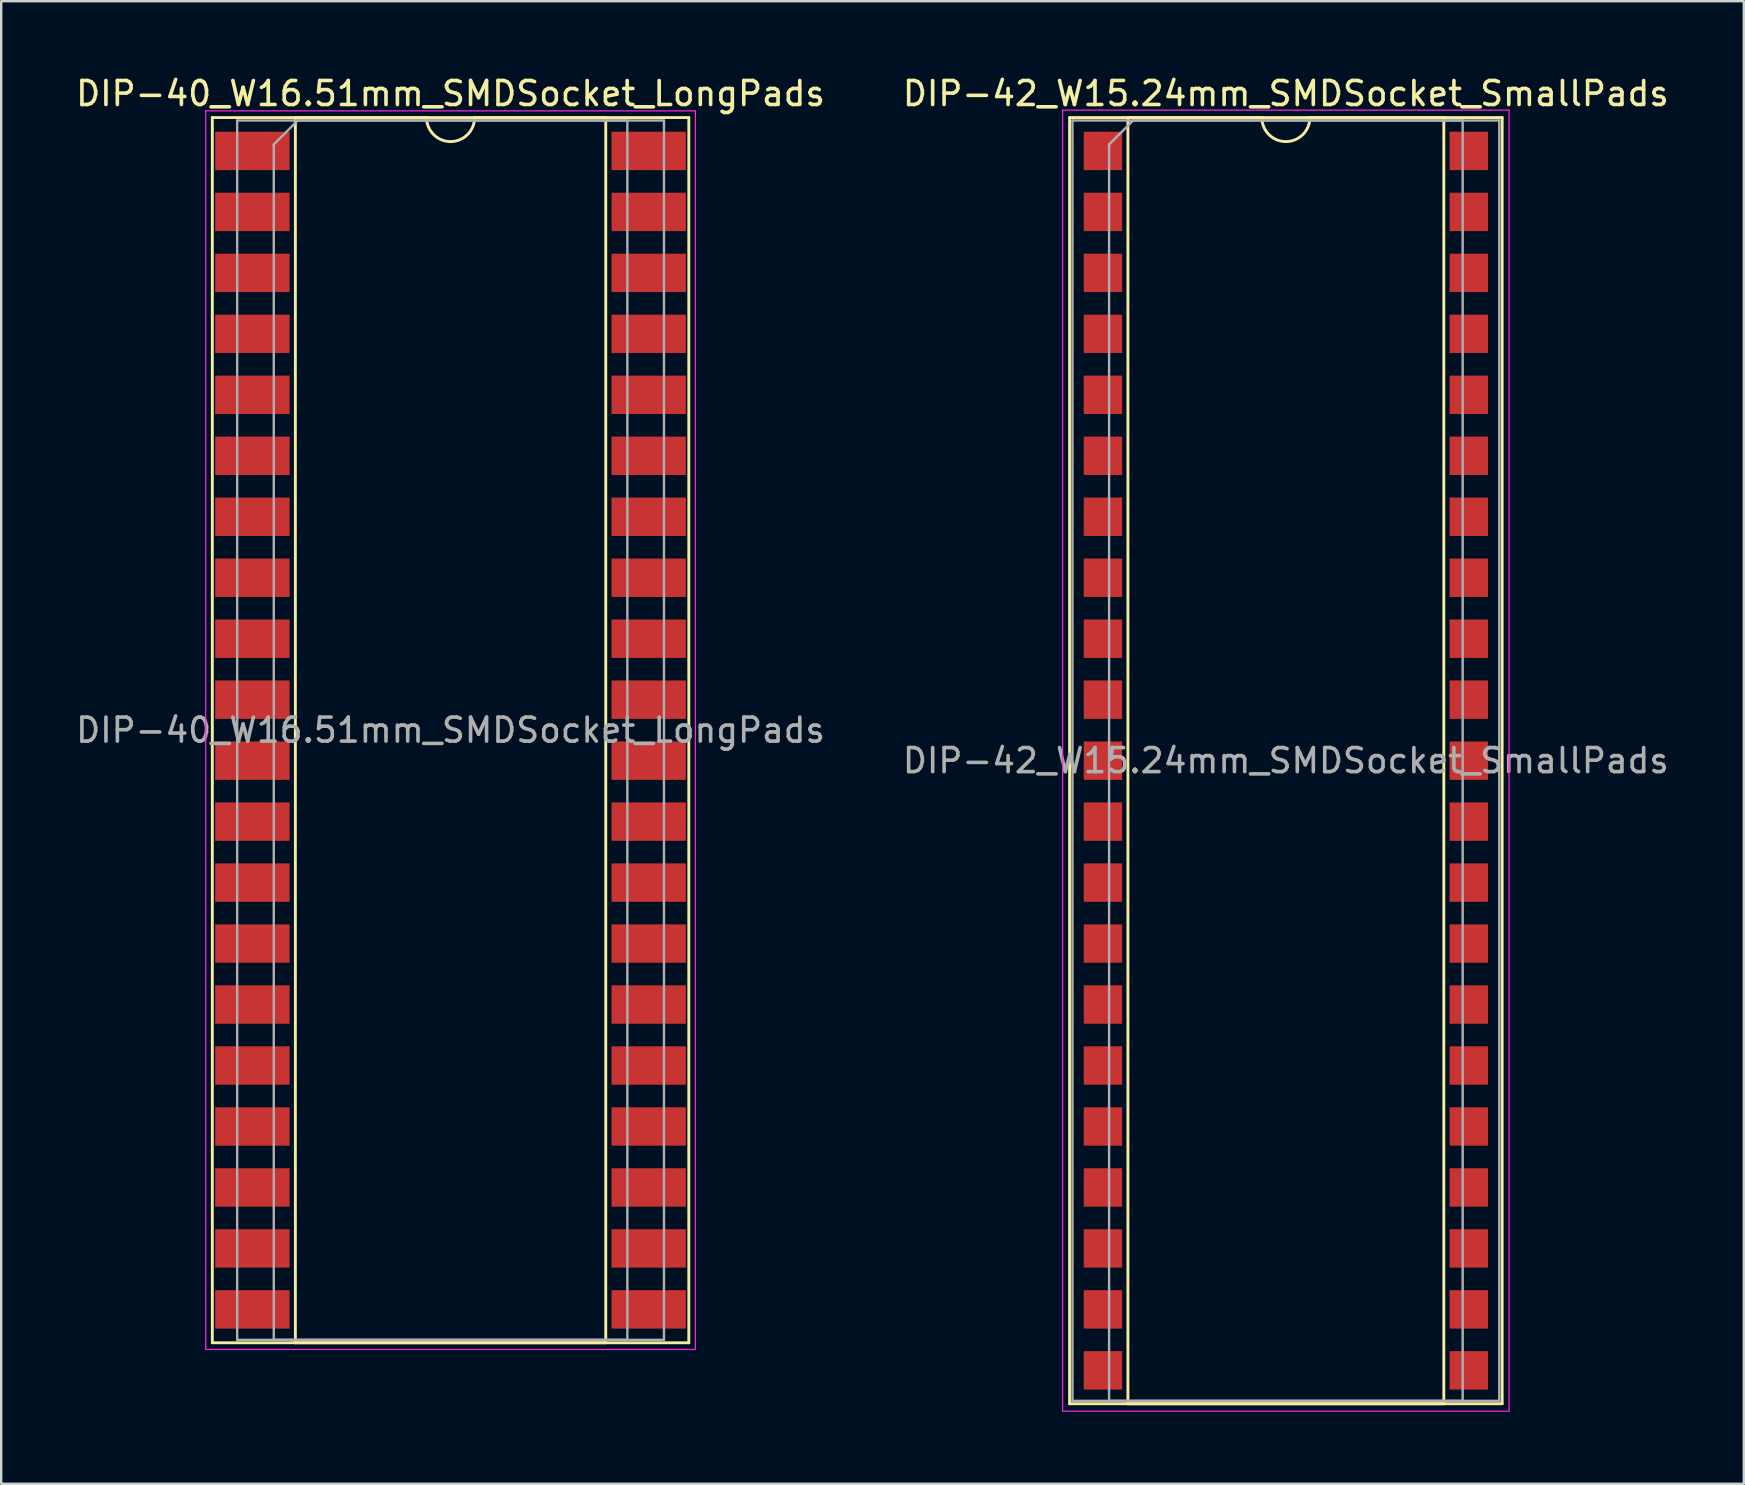
<source format=kicad_pcb>
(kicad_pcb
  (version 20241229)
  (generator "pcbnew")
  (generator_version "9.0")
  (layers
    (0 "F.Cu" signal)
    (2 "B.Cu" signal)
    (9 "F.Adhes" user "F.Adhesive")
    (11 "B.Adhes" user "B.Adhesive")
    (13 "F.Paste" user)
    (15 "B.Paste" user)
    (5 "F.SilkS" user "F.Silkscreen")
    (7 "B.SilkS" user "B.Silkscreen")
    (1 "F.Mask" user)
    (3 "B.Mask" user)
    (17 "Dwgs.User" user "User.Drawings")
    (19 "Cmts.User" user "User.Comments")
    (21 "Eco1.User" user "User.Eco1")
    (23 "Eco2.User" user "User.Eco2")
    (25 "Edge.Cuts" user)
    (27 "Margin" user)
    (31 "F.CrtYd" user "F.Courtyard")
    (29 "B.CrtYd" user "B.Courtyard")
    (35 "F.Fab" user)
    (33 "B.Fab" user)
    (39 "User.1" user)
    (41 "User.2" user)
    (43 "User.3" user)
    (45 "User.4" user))
  (footprint "DIP-42_W15.24mm_SMDSocket_SmallPads"
    (layer "F.Cu")
    (at 50.518 28.638)
    (property "Reference" "DIP-42_W15.24mm_SMDSocket_SmallPads" (at 0 -27.79 0) (layer "F.SilkS") (effects (font (size 1 1) (thickness 0.15))))
    (attr smd)
    (fp_line (start -9.01 -26.79) (end -9.01 26.79) (stroke (width 0.12) (type solid)) (layer "F.SilkS"))
    (fp_line (start -9.01 26.79) (end 9.01 26.79) (stroke (width 0.12) (type solid)) (layer "F.SilkS"))
    (fp_line (start -6.58 -26.79) (end -6.58 26.79) (stroke (width 0.12) (type solid)) (layer "F.SilkS"))
    (fp_line (start -6.58 26.79) (end 6.58 26.79) (stroke (width 0.12) (type solid)) (layer "F.SilkS"))
    (fp_line (start -1 -26.79) (end -6.58 -26.79) (stroke (width 0.12) (type solid)) (layer "F.SilkS"))
    (fp_line (start 6.58 -26.79) (end 1 -26.79) (stroke (width 0.12) (type solid)) (layer "F.SilkS"))
    (fp_line (start 6.58 26.79) (end 6.58 -26.79) (stroke (width 0.12) (type solid)) (layer "F.SilkS"))
    (fp_line (start 9.01 -26.79) (end -9.01 -26.79) (stroke (width 0.12) (type solid)) (layer "F.SilkS"))
    (fp_line (start 9.01 26.79) (end 9.01 -26.79) (stroke (width 0.12) (type solid)) (layer "F.SilkS"))
    (fp_arc (start 1 -26.79) (mid 0 -25.79) (end -1 -26.79) (stroke (width 0.12) (type solid)) (layer "F.SilkS"))
    (fp_line (start -9.3 -27.1) (end -9.3 27.1) (stroke (width 0.05) (type solid)) (layer "F.CrtYd"))
    (fp_line (start -9.3 27.1) (end 9.3 27.1) (stroke (width 0.05) (type solid)) (layer "F.CrtYd"))
    (fp_line (start 9.3 -27.1) (end -9.3 -27.1) (stroke (width 0.05) (type solid)) (layer "F.CrtYd"))
    (fp_line (start 9.3 27.1) (end 9.3 -27.1) (stroke (width 0.05) (type solid)) (layer "F.CrtYd"))
    (fp_line (start -8.89 -26.67) (end -8.89 26.67) (stroke (width 0.1) (type solid)) (layer "F.Fab"))
    (fp_line (start -8.89 26.67) (end 8.89 26.67) (stroke (width 0.1) (type solid)) (layer "F.Fab"))
    (fp_line (start -7.365 -25.67) (end -6.365 -26.67) (stroke (width 0.1) (type solid)) (layer "F.Fab"))
    (fp_line (start -7.365 26.67) (end -7.365 -25.67) (stroke (width 0.1) (type solid)) (layer "F.Fab"))
    (fp_line (start -6.365 -26.67) (end 7.365 -26.67) (stroke (width 0.1) (type solid)) (layer "F.Fab"))
    (fp_line (start 7.365 -26.67) (end 7.365 26.67) (stroke (width 0.1) (type solid)) (layer "F.Fab"))
    (fp_line (start 7.365 26.67) (end -7.365 26.67) (stroke (width 0.1) (type solid)) (layer "F.Fab"))
    (fp_line (start 8.89 -26.67) (end -8.89 -26.67) (stroke (width 0.1) (type solid)) (layer "F.Fab"))
    (fp_line (start 8.89 26.67) (end 8.89 -26.67) (stroke (width 0.1) (type solid)) (layer "F.Fab"))
    (fp_text user "${REFERENCE}" (at 0 0 0) (layer "F.Fab") (effects (font (size 1 1) (thickness 0.15))))
    (pad "1" smd rect (at -7.62 -25.4) (size 1.6 1.6) (layers "F.Cu" "F.Mask" "F.Paste"))
    (pad "2" smd rect (at -7.62 -22.86) (size 1.6 1.6) (layers "F.Cu" "F.Mask" "F.Paste"))
    (pad "3" smd rect (at -7.62 -20.32) (size 1.6 1.6) (layers "F.Cu" "F.Mask" "F.Paste"))
    (pad "4" smd rect (at -7.62 -17.78) (size 1.6 1.6) (layers "F.Cu" "F.Mask" "F.Paste"))
    (pad "5" smd rect (at -7.62 -15.24) (size 1.6 1.6) (layers "F.Cu" "F.Mask" "F.Paste"))
    (pad "6" smd rect (at -7.62 -12.7) (size 1.6 1.6) (layers "F.Cu" "F.Mask" "F.Paste"))
    (pad "7" smd rect (at -7.62 -10.16) (size 1.6 1.6) (layers "F.Cu" "F.Mask" "F.Paste"))
    (pad "8" smd rect (at -7.62 -7.62) (size 1.6 1.6) (layers "F.Cu" "F.Mask" "F.Paste"))
    (pad "9" smd rect (at -7.62 -5.08) (size 1.6 1.6) (layers "F.Cu" "F.Mask" "F.Paste"))
    (pad "10" smd rect (at -7.62 -2.54) (size 1.6 1.6) (layers "F.Cu" "F.Mask" "F.Paste"))
    (pad "11" smd rect (at -7.62 0) (size 1.6 1.6) (layers "F.Cu" "F.Mask" "F.Paste"))
    (pad "12" smd rect (at -7.62 2.54) (size 1.6 1.6) (layers "F.Cu" "F.Mask" "F.Paste"))
    (pad "13" smd rect (at -7.62 5.08) (size 1.6 1.6) (layers "F.Cu" "F.Mask" "F.Paste"))
    (pad "14" smd rect (at -7.62 7.62) (size 1.6 1.6) (layers "F.Cu" "F.Mask" "F.Paste"))
    (pad "15" smd rect (at -7.62 10.16) (size 1.6 1.6) (layers "F.Cu" "F.Mask" "F.Paste"))
    (pad "16" smd rect (at -7.62 12.7) (size 1.6 1.6) (layers "F.Cu" "F.Mask" "F.Paste"))
    (pad "17" smd rect (at -7.62 15.24) (size 1.6 1.6) (layers "F.Cu" "F.Mask" "F.Paste"))
    (pad "18" smd rect (at -7.62 17.78) (size 1.6 1.6) (layers "F.Cu" "F.Mask" "F.Paste"))
    (pad "19" smd rect (at -7.62 20.32) (size 1.6 1.6) (layers "F.Cu" "F.Mask" "F.Paste"))
    (pad "20" smd rect (at -7.62 22.86) (size 1.6 1.6) (layers "F.Cu" "F.Mask" "F.Paste"))
    (pad "21" smd rect (at -7.62 25.4) (size 1.6 1.6) (layers "F.Cu" "F.Mask" "F.Paste"))
    (pad "22" smd rect (at 7.62 25.4) (size 1.6 1.6) (layers "F.Cu" "F.Mask" "F.Paste"))
    (pad "23" smd rect (at 7.62 22.86) (size 1.6 1.6) (layers "F.Cu" "F.Mask" "F.Paste"))
    (pad "24" smd rect (at 7.62 20.32) (size 1.6 1.6) (layers "F.Cu" "F.Mask" "F.Paste"))
    (pad "25" smd rect (at 7.62 17.78) (size 1.6 1.6) (layers "F.Cu" "F.Mask" "F.Paste"))
    (pad "26" smd rect (at 7.62 15.24) (size 1.6 1.6) (layers "F.Cu" "F.Mask" "F.Paste"))
    (pad "27" smd rect (at 7.62 12.7) (size 1.6 1.6) (layers "F.Cu" "F.Mask" "F.Paste"))
    (pad "28" smd rect (at 7.62 10.16) (size 1.6 1.6) (layers "F.Cu" "F.Mask" "F.Paste"))
    (pad "29" smd rect (at 7.62 7.62) (size 1.6 1.6) (layers "F.Cu" "F.Mask" "F.Paste"))
    (pad "30" smd rect (at 7.62 5.08) (size 1.6 1.6) (layers "F.Cu" "F.Mask" "F.Paste"))
    (pad "31" smd rect (at 7.62 2.54) (size 1.6 1.6) (layers "F.Cu" "F.Mask" "F.Paste"))
    (pad "32" smd rect (at 7.62 0) (size 1.6 1.6) (layers "F.Cu" "F.Mask" "F.Paste"))
    (pad "33" smd rect (at 7.62 -2.54) (size 1.6 1.6) (layers "F.Cu" "F.Mask" "F.Paste"))
    (pad "34" smd rect (at 7.62 -5.08) (size 1.6 1.6) (layers "F.Cu" "F.Mask" "F.Paste"))
    (pad "35" smd rect (at 7.62 -7.62) (size 1.6 1.6) (layers "F.Cu" "F.Mask" "F.Paste"))
    (pad "36" smd rect (at 7.62 -10.16) (size 1.6 1.6) (layers "F.Cu" "F.Mask" "F.Paste"))
    (pad "37" smd rect (at 7.62 -12.7) (size 1.6 1.6) (layers "F.Cu" "F.Mask" "F.Paste"))
    (pad "38" smd rect (at 7.62 -15.24) (size 1.6 1.6) (layers "F.Cu" "F.Mask" "F.Paste"))
    (pad "39" smd rect (at 7.62 -17.78) (size 1.6 1.6) (layers "F.Cu" "F.Mask" "F.Paste"))
    (pad "40" smd rect (at 7.62 -20.32) (size 1.6 1.6) (layers "F.Cu" "F.Mask" "F.Paste"))
    (pad "41" smd rect (at 7.62 -22.86) (size 1.6 1.6) (layers "F.Cu" "F.Mask" "F.Paste"))
    (pad "42" smd rect (at 7.62 -25.4) (size 1.6 1.6) (layers "F.Cu" "F.Mask" "F.Paste")))
  (footprint "DIP-40_W16.51mm_SMDSocket_LongPads"
    (layer "F.Cu")
    (at 15.72 27.368)
    (property "Reference" "DIP-40_W16.51mm_SMDSocket_LongPads" (at 0 -26.52 0) (layer "F.SilkS") (effects (font (size 1 1) (thickness 0.15))))
    (attr smd)
    (fp_line (start -9.925 -25.52) (end -9.925 25.52) (stroke (width 0.12) (type solid)) (layer "F.SilkS"))
    (fp_line (start -9.925 25.52) (end 9.925 25.52) (stroke (width 0.12) (type solid)) (layer "F.SilkS"))
    (fp_line (start -6.465 -25.52) (end -6.465 25.52) (stroke (width 0.12) (type solid)) (layer "F.SilkS"))
    (fp_line (start -6.465 25.52) (end 6.465 25.52) (stroke (width 0.12) (type solid)) (layer "F.SilkS"))
    (fp_line (start -1 -25.52) (end -6.465 -25.52) (stroke (width 0.12) (type solid)) (layer "F.SilkS"))
    (fp_line (start 6.465 -25.52) (end 1 -25.52) (stroke (width 0.12) (type solid)) (layer "F.SilkS"))
    (fp_line (start 6.465 25.52) (end 6.465 -25.52) (stroke (width 0.12) (type solid)) (layer "F.SilkS"))
    (fp_line (start 9.925 -25.52) (end -9.925 -25.52) (stroke (width 0.12) (type solid)) (layer "F.SilkS"))
    (fp_line (start 9.925 25.52) (end 9.925 -25.52) (stroke (width 0.12) (type solid)) (layer "F.SilkS"))
    (fp_arc (start 1 -25.52) (mid 0 -24.52) (end -1 -25.52) (stroke (width 0.12) (type solid)) (layer "F.SilkS"))
    (fp_line (start -10.2 -25.8) (end -10.2 25.8) (stroke (width 0.05) (type solid)) (layer "F.CrtYd"))
    (fp_line (start -10.2 25.8) (end 10.2 25.8) (stroke (width 0.05) (type solid)) (layer "F.CrtYd"))
    (fp_line (start 10.2 -25.8) (end -10.2 -25.8) (stroke (width 0.05) (type solid)) (layer "F.CrtYd"))
    (fp_line (start 10.2 25.8) (end 10.2 -25.8) (stroke (width 0.05) (type solid)) (layer "F.CrtYd"))
    (fp_line (start -8.89 -25.4) (end -8.89 25.4) (stroke (width 0.1) (type solid)) (layer "F.Fab"))
    (fp_line (start -8.89 25.4) (end 8.89 25.4) (stroke (width 0.1) (type solid)) (layer "F.Fab"))
    (fp_line (start -7.365 -24.4) (end -6.365 -25.4) (stroke (width 0.1) (type solid)) (layer "F.Fab"))
    (fp_line (start -7.365 25.4) (end -7.365 -24.4) (stroke (width 0.1) (type solid)) (layer "F.Fab"))
    (fp_line (start -6.365 -25.4) (end 7.365 -25.4) (stroke (width 0.1) (type solid)) (layer "F.Fab"))
    (fp_line (start 7.365 -25.4) (end 7.365 25.4) (stroke (width 0.1) (type solid)) (layer "F.Fab"))
    (fp_line (start 7.365 25.4) (end -7.365 25.4) (stroke (width 0.1) (type solid)) (layer "F.Fab"))
    (fp_line (start 8.89 -25.4) (end -8.89 -25.4) (stroke (width 0.1) (type solid)) (layer "F.Fab"))
    (fp_line (start 8.89 25.4) (end 8.89 -25.4) (stroke (width 0.1) (type solid)) (layer "F.Fab"))
    (fp_text user "${REFERENCE}" (at 0 0 0) (layer "F.Fab") (effects (font (size 1 1) (thickness 0.15))))
    (pad "1" smd rect (at -8.255 -24.13) (size 3.1 1.6) (layers "F.Cu" "F.Mask" "F.Paste"))
    (pad "2" smd rect (at -8.255 -21.59) (size 3.1 1.6) (layers "F.Cu" "F.Mask" "F.Paste"))
    (pad "3" smd rect (at -8.255 -19.05) (size 3.1 1.6) (layers "F.Cu" "F.Mask" "F.Paste"))
    (pad "4" smd rect (at -8.255 -16.51) (size 3.1 1.6) (layers "F.Cu" "F.Mask" "F.Paste"))
    (pad "5" smd rect (at -8.255 -13.97) (size 3.1 1.6) (layers "F.Cu" "F.Mask" "F.Paste"))
    (pad "6" smd rect (at -8.255 -11.43) (size 3.1 1.6) (layers "F.Cu" "F.Mask" "F.Paste"))
    (pad "7" smd rect (at -8.255 -8.89) (size 3.1 1.6) (layers "F.Cu" "F.Mask" "F.Paste"))
    (pad "8" smd rect (at -8.255 -6.35) (size 3.1 1.6) (layers "F.Cu" "F.Mask" "F.Paste"))
    (pad "9" smd rect (at -8.255 -3.81) (size 3.1 1.6) (layers "F.Cu" "F.Mask" "F.Paste"))
    (pad "10" smd rect (at -8.255 -1.27) (size 3.1 1.6) (layers "F.Cu" "F.Mask" "F.Paste"))
    (pad "11" smd rect (at -8.255 1.27) (size 3.1 1.6) (layers "F.Cu" "F.Mask" "F.Paste"))
    (pad "12" smd rect (at -8.255 3.81) (size 3.1 1.6) (layers "F.Cu" "F.Mask" "F.Paste"))
    (pad "13" smd rect (at -8.255 6.35) (size 3.1 1.6) (layers "F.Cu" "F.Mask" "F.Paste"))
    (pad "14" smd rect (at -8.255 8.89) (size 3.1 1.6) (layers "F.Cu" "F.Mask" "F.Paste"))
    (pad "15" smd rect (at -8.255 11.43) (size 3.1 1.6) (layers "F.Cu" "F.Mask" "F.Paste"))
    (pad "16" smd rect (at -8.255 13.97) (size 3.1 1.6) (layers "F.Cu" "F.Mask" "F.Paste"))
    (pad "17" smd rect (at -8.255 16.51) (size 3.1 1.6) (layers "F.Cu" "F.Mask" "F.Paste"))
    (pad "18" smd rect (at -8.255 19.05) (size 3.1 1.6) (layers "F.Cu" "F.Mask" "F.Paste"))
    (pad "19" smd rect (at -8.255 21.59) (size 3.1 1.6) (layers "F.Cu" "F.Mask" "F.Paste"))
    (pad "20" smd rect (at -8.255 24.13) (size 3.1 1.6) (layers "F.Cu" "F.Mask" "F.Paste"))
    (pad "21" smd rect (at 8.255 24.13) (size 3.1 1.6) (layers "F.Cu" "F.Mask" "F.Paste"))
    (pad "22" smd rect (at 8.255 21.59) (size 3.1 1.6) (layers "F.Cu" "F.Mask" "F.Paste"))
    (pad "23" smd rect (at 8.255 19.05) (size 3.1 1.6) (layers "F.Cu" "F.Mask" "F.Paste"))
    (pad "24" smd rect (at 8.255 16.51) (size 3.1 1.6) (layers "F.Cu" "F.Mask" "F.Paste"))
    (pad "25" smd rect (at 8.255 13.97) (size 3.1 1.6) (layers "F.Cu" "F.Mask" "F.Paste"))
    (pad "26" smd rect (at 8.255 11.43) (size 3.1 1.6) (layers "F.Cu" "F.Mask" "F.Paste"))
    (pad "27" smd rect (at 8.255 8.89) (size 3.1 1.6) (layers "F.Cu" "F.Mask" "F.Paste"))
    (pad "28" smd rect (at 8.255 6.35) (size 3.1 1.6) (layers "F.Cu" "F.Mask" "F.Paste"))
    (pad "29" smd rect (at 8.255 3.81) (size 3.1 1.6) (layers "F.Cu" "F.Mask" "F.Paste"))
    (pad "30" smd rect (at 8.255 1.27) (size 3.1 1.6) (layers "F.Cu" "F.Mask" "F.Paste"))
    (pad "31" smd rect (at 8.255 -1.27) (size 3.1 1.6) (layers "F.Cu" "F.Mask" "F.Paste"))
    (pad "32" smd rect (at 8.255 -3.81) (size 3.1 1.6) (layers "F.Cu" "F.Mask" "F.Paste"))
    (pad "33" smd rect (at 8.255 -6.35) (size 3.1 1.6) (layers "F.Cu" "F.Mask" "F.Paste"))
    (pad "34" smd rect (at 8.255 -8.89) (size 3.1 1.6) (layers "F.Cu" "F.Mask" "F.Paste"))
    (pad "35" smd rect (at 8.255 -11.43) (size 3.1 1.6) (layers "F.Cu" "F.Mask" "F.Paste"))
    (pad "36" smd rect (at 8.255 -13.97) (size 3.1 1.6) (layers "F.Cu" "F.Mask" "F.Paste"))
    (pad "37" smd rect (at 8.255 -16.51) (size 3.1 1.6) (layers "F.Cu" "F.Mask" "F.Paste"))
    (pad "38" smd rect (at 8.255 -19.05) (size 3.1 1.6) (layers "F.Cu" "F.Mask" "F.Paste"))
    (pad "39" smd rect (at 8.255 -21.59) (size 3.1 1.6) (layers "F.Cu" "F.Mask" "F.Paste"))
    (pad "40" smd rect (at 8.255 -24.13) (size 3.1 1.6) (layers "F.Cu" "F.Mask" "F.Paste")))
  (gr_rect
    (start -3 -3)
    (end 69.595 58.763)
    (stroke (width 0.1) (type default))
    (fill no)
    (layer "Edge.Cuts")))
</source>
